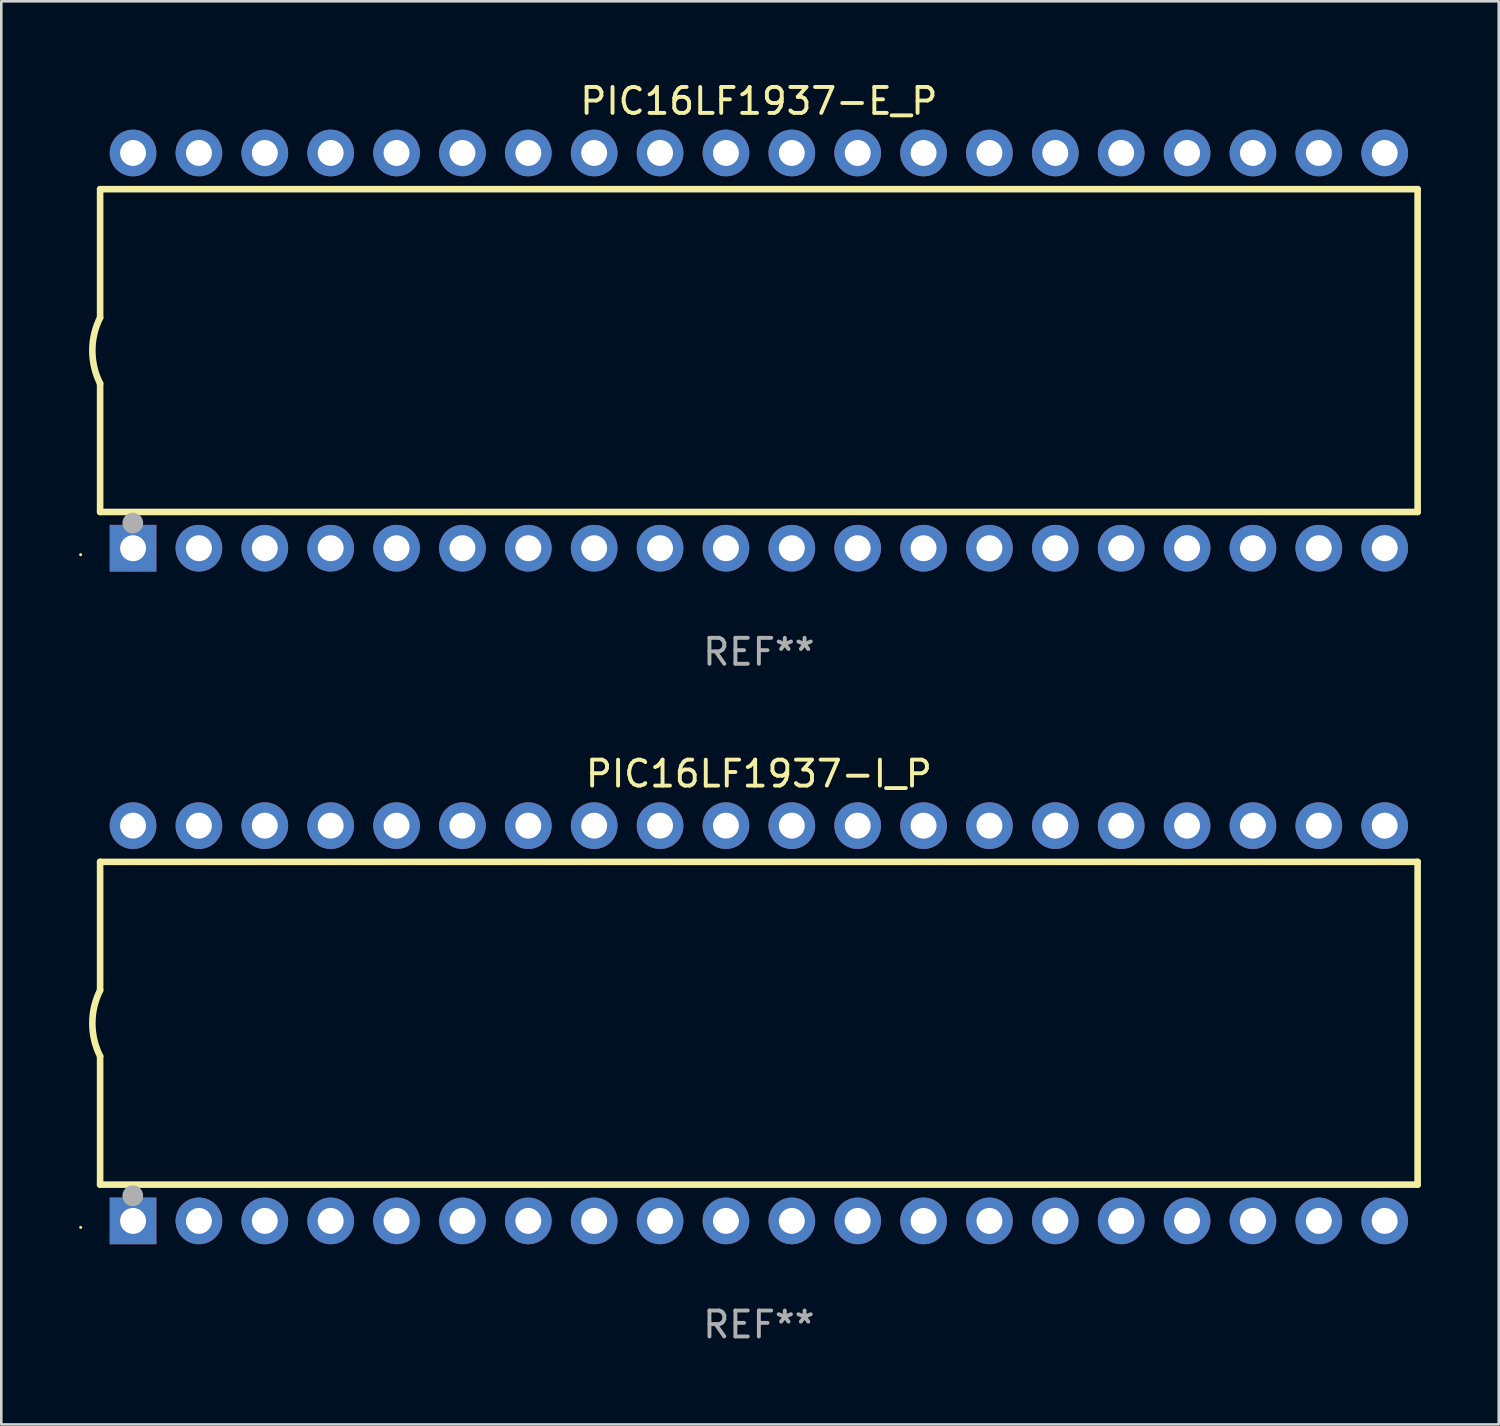
<source format=kicad_pcb>
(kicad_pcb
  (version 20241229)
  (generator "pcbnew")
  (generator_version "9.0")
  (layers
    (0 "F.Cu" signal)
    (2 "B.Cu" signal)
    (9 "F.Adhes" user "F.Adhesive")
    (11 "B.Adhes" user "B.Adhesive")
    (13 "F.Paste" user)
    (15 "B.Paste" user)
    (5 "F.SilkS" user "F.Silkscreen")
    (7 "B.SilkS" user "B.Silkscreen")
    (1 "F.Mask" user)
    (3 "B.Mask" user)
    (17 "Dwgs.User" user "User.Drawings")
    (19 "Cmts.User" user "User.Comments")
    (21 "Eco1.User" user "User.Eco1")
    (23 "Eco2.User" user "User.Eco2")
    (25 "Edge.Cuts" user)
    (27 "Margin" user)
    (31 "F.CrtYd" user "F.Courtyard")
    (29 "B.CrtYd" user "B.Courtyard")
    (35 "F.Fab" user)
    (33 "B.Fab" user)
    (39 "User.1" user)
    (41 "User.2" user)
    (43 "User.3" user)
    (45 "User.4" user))
  (footprint "PIC16LF1937-E_P"
    (layer "F.Cu")
    (at 26.21 10.468)
    (property "Reference" "PIC16LF1937-E_P" (at 0 -9.62 0) (layer "F.SilkS") (effects (font (size 1 1) (thickness 0.15))))
    (attr through_hole)
    (fp_line (start -25.4 -6.224) (end -25.4 -1.271) (stroke (width 0.254) (type solid)) (layer "F.SilkS"))
    (fp_line (start -25.4 -6.224) (end 25.4 -6.224) (stroke (width 0.254) (type solid)) (layer "F.SilkS"))
    (fp_line (start -25.4 1.269) (end -25.4 6.222) (stroke (width 0.254) (type solid)) (layer "F.SilkS"))
    (fp_line (start -25.4 6.222) (end 25.4 6.222) (stroke (width 0.254) (type solid)) (layer "F.SilkS"))
    (fp_line (start 25.4 6.222) (end 25.4 -6.224) (stroke (width 0.254) (type solid)) (layer "F.SilkS"))
    (fp_arc (start -25.4 1.269241) (mid -25.699807 -0.000762) (end -25.4 -1.270765) (stroke (width 0.254001) (type solid)) (layer "F.SilkS"))
    (fp_circle (center -26.15 7.87) (end -26.12 7.87) (stroke (width 0.06) (type solid)) (fill no) (layer "F.SilkS"))
    (fp_circle (center -24.14 6.65) (end -23.94 6.65) (stroke (width 0.4) (type solid)) (fill no) (layer "F.Fab"))
    (fp_text user "REF**" (at 0 11.62 0) (layer "F.Fab") (effects (font (size 1 1) (thickness 0.15))))
    (pad "1" thru_hole rect (at -24.13 7.62 90) (size 1.8 1.8) (drill 1) (layers "*.Cu" "*.Mask"))
    (pad "2" thru_hole circle (at -21.59 7.62) (size 1.8 1.8) (drill 1) (layers "*.Cu" "*.Mask"))
    (pad "3" thru_hole circle (at -19.05 7.62) (size 1.8 1.8) (drill 1) (layers "*.Cu" "*.Mask"))
    (pad "4" thru_hole circle (at -16.51 7.62) (size 1.8 1.8) (drill 1) (layers "*.Cu" "*.Mask"))
    (pad "5" thru_hole circle (at -13.97 7.62) (size 1.8 1.8) (drill 1) (layers "*.Cu" "*.Mask"))
    (pad "6" thru_hole circle (at -11.43 7.62) (size 1.8 1.8) (drill 1) (layers "*.Cu" "*.Mask"))
    (pad "7" thru_hole circle (at -8.89 7.62) (size 1.8 1.8) (drill 1) (layers "*.Cu" "*.Mask"))
    (pad "8" thru_hole circle (at -6.35 7.62) (size 1.8 1.8) (drill 1) (layers "*.Cu" "*.Mask"))
    (pad "9" thru_hole circle (at -3.81 7.62) (size 1.8 1.8) (drill 1) (layers "*.Cu" "*.Mask"))
    (pad "10" thru_hole circle (at -1.27 7.62) (size 1.8 1.8) (drill 1) (layers "*.Cu" "*.Mask"))
    (pad "11" thru_hole circle (at 1.27 7.62) (size 1.8 1.8) (drill 1) (layers "*.Cu" "*.Mask"))
    (pad "12" thru_hole circle (at 3.81 7.62) (size 1.8 1.8) (drill 1) (layers "*.Cu" "*.Mask"))
    (pad "13" thru_hole circle (at 6.35 7.62) (size 1.8 1.8) (drill 1) (layers "*.Cu" "*.Mask"))
    (pad "14" thru_hole circle (at 8.89 7.62) (size 1.8 1.8) (drill 1) (layers "*.Cu" "*.Mask"))
    (pad "15" thru_hole circle (at 11.43 7.62) (size 1.8 1.8) (drill 1) (layers "*.Cu" "*.Mask"))
    (pad "16" thru_hole circle (at 13.97 7.62) (size 1.8 1.8) (drill 1) (layers "*.Cu" "*.Mask"))
    (pad "17" thru_hole circle (at 16.51 7.62) (size 1.8 1.8) (drill 1) (layers "*.Cu" "*.Mask"))
    (pad "18" thru_hole circle (at 19.05 7.62) (size 1.8 1.8) (drill 1) (layers "*.Cu" "*.Mask"))
    (pad "19" thru_hole circle (at 21.59 7.62) (size 1.8 1.8) (drill 1) (layers "*.Cu" "*.Mask"))
    (pad "20" thru_hole circle (at 24.13 7.62) (size 1.8 1.8) (drill 1) (layers "*.Cu" "*.Mask"))
    (pad "21" thru_hole circle (at 24.13 -7.62) (size 1.8 1.8) (drill 1) (layers "*.Cu" "*.Mask"))
    (pad "22" thru_hole circle (at 21.59 -7.62) (size 1.8 1.8) (drill 1) (layers "*.Cu" "*.Mask"))
    (pad "23" thru_hole circle (at 19.05 -7.62) (size 1.8 1.8) (drill 1) (layers "*.Cu" "*.Mask"))
    (pad "24" thru_hole circle (at 16.51 -7.62) (size 1.8 1.8) (drill 1) (layers "*.Cu" "*.Mask"))
    (pad "25" thru_hole circle (at 13.97 -7.62) (size 1.8 1.8) (drill 1) (layers "*.Cu" "*.Mask"))
    (pad "26" thru_hole circle (at 11.43 -7.62) (size 1.8 1.8) (drill 1) (layers "*.Cu" "*.Mask"))
    (pad "27" thru_hole circle (at 8.89 -7.62) (size 1.8 1.8) (drill 1) (layers "*.Cu" "*.Mask"))
    (pad "28" thru_hole circle (at 6.35 -7.62) (size 1.8 1.8) (drill 1) (layers "*.Cu" "*.Mask"))
    (pad "29" thru_hole circle (at 3.81 -7.62) (size 1.8 1.8) (drill 1) (layers "*.Cu" "*.Mask"))
    (pad "30" thru_hole circle (at 1.27 -7.62) (size 1.8 1.8) (drill 1) (layers "*.Cu" "*.Mask"))
    (pad "31" thru_hole circle (at -1.27 -7.62) (size 1.8 1.8) (drill 1) (layers "*.Cu" "*.Mask"))
    (pad "32" thru_hole circle (at -3.81 -7.62) (size 1.8 1.8) (drill 1) (layers "*.Cu" "*.Mask"))
    (pad "33" thru_hole circle (at -6.35 -7.62) (size 1.8 1.8) (drill 1) (layers "*.Cu" "*.Mask"))
    (pad "34" thru_hole circle (at -8.89 -7.62) (size 1.8 1.8) (drill 1) (layers "*.Cu" "*.Mask"))
    (pad "35" thru_hole circle (at -11.43 -7.62) (size 1.8 1.8) (drill 1) (layers "*.Cu" "*.Mask"))
    (pad "36" thru_hole circle (at -13.97 -7.62) (size 1.8 1.8) (drill 1) (layers "*.Cu" "*.Mask"))
    (pad "37" thru_hole circle (at -16.51 -7.62) (size 1.8 1.8) (drill 1) (layers "*.Cu" "*.Mask"))
    (pad "38" thru_hole circle (at -19.05 -7.62) (size 1.8 1.8) (drill 1) (layers "*.Cu" "*.Mask"))
    (pad "39" thru_hole circle (at -21.59 -7.62) (size 1.8 1.8) (drill 1) (layers "*.Cu" "*.Mask"))
    (pad "40" thru_hole circle (at -24.13 -7.62) (size 1.8 1.8) (drill 1) (layers "*.Cu" "*.Mask")))
  (footprint "PIC16LF1937-I_P"
    (layer "F.Cu")
    (at 26.21 36.405)
    (property "Reference" "PIC16LF1937-I_P" (at 0 -9.62 0) (layer "F.SilkS") (effects (font (size 1 1) (thickness 0.15))))
    (attr through_hole)
    (fp_line (start -25.4 -6.224) (end -25.4 -1.271) (stroke (width 0.254) (type solid)) (layer "F.SilkS"))
    (fp_line (start -25.4 -6.224) (end 25.4 -6.224) (stroke (width 0.254) (type solid)) (layer "F.SilkS"))
    (fp_line (start -25.4 1.269) (end -25.4 6.222) (stroke (width 0.254) (type solid)) (layer "F.SilkS"))
    (fp_line (start -25.4 6.222) (end 25.4 6.222) (stroke (width 0.254) (type solid)) (layer "F.SilkS"))
    (fp_line (start 25.4 6.222) (end 25.4 -6.224) (stroke (width 0.254) (type solid)) (layer "F.SilkS"))
    (fp_arc (start -25.4 1.269241) (mid -25.699807 -0.000762) (end -25.4 -1.270765) (stroke (width 0.254001) (type solid)) (layer "F.SilkS"))
    (fp_circle (center -26.15 7.87) (end -26.12 7.87) (stroke (width 0.06) (type solid)) (fill no) (layer "F.SilkS"))
    (fp_circle (center -24.14 6.65) (end -23.94 6.65) (stroke (width 0.4) (type solid)) (fill no) (layer "F.Fab"))
    (fp_text user "REF**" (at 0 11.62 0) (layer "F.Fab") (effects (font (size 1 1) (thickness 0.15))))
    (pad "1" thru_hole rect (at -24.13 7.62 90) (size 1.8 1.8) (drill 1) (layers "*.Cu" "*.Mask"))
    (pad "2" thru_hole circle (at -21.59 7.62) (size 1.8 1.8) (drill 1) (layers "*.Cu" "*.Mask"))
    (pad "3" thru_hole circle (at -19.05 7.62) (size 1.8 1.8) (drill 1) (layers "*.Cu" "*.Mask"))
    (pad "4" thru_hole circle (at -16.51 7.62) (size 1.8 1.8) (drill 1) (layers "*.Cu" "*.Mask"))
    (pad "5" thru_hole circle (at -13.97 7.62) (size 1.8 1.8) (drill 1) (layers "*.Cu" "*.Mask"))
    (pad "6" thru_hole circle (at -11.43 7.62) (size 1.8 1.8) (drill 1) (layers "*.Cu" "*.Mask"))
    (pad "7" thru_hole circle (at -8.89 7.62) (size 1.8 1.8) (drill 1) (layers "*.Cu" "*.Mask"))
    (pad "8" thru_hole circle (at -6.35 7.62) (size 1.8 1.8) (drill 1) (layers "*.Cu" "*.Mask"))
    (pad "9" thru_hole circle (at -3.81 7.62) (size 1.8 1.8) (drill 1) (layers "*.Cu" "*.Mask"))
    (pad "10" thru_hole circle (at -1.27 7.62) (size 1.8 1.8) (drill 1) (layers "*.Cu" "*.Mask"))
    (pad "11" thru_hole circle (at 1.27 7.62) (size 1.8 1.8) (drill 1) (layers "*.Cu" "*.Mask"))
    (pad "12" thru_hole circle (at 3.81 7.62) (size 1.8 1.8) (drill 1) (layers "*.Cu" "*.Mask"))
    (pad "13" thru_hole circle (at 6.35 7.62) (size 1.8 1.8) (drill 1) (layers "*.Cu" "*.Mask"))
    (pad "14" thru_hole circle (at 8.89 7.62) (size 1.8 1.8) (drill 1) (layers "*.Cu" "*.Mask"))
    (pad "15" thru_hole circle (at 11.43 7.62) (size 1.8 1.8) (drill 1) (layers "*.Cu" "*.Mask"))
    (pad "16" thru_hole circle (at 13.97 7.62) (size 1.8 1.8) (drill 1) (layers "*.Cu" "*.Mask"))
    (pad "17" thru_hole circle (at 16.51 7.62) (size 1.8 1.8) (drill 1) (layers "*.Cu" "*.Mask"))
    (pad "18" thru_hole circle (at 19.05 7.62) (size 1.8 1.8) (drill 1) (layers "*.Cu" "*.Mask"))
    (pad "19" thru_hole circle (at 21.59 7.62) (size 1.8 1.8) (drill 1) (layers "*.Cu" "*.Mask"))
    (pad "20" thru_hole circle (at 24.13 7.62) (size 1.8 1.8) (drill 1) (layers "*.Cu" "*.Mask"))
    (pad "21" thru_hole circle (at 24.13 -7.62) (size 1.8 1.8) (drill 1) (layers "*.Cu" "*.Mask"))
    (pad "22" thru_hole circle (at 21.59 -7.62) (size 1.8 1.8) (drill 1) (layers "*.Cu" "*.Mask"))
    (pad "23" thru_hole circle (at 19.05 -7.62) (size 1.8 1.8) (drill 1) (layers "*.Cu" "*.Mask"))
    (pad "24" thru_hole circle (at 16.51 -7.62) (size 1.8 1.8) (drill 1) (layers "*.Cu" "*.Mask"))
    (pad "25" thru_hole circle (at 13.97 -7.62) (size 1.8 1.8) (drill 1) (layers "*.Cu" "*.Mask"))
    (pad "26" thru_hole circle (at 11.43 -7.62) (size 1.8 1.8) (drill 1) (layers "*.Cu" "*.Mask"))
    (pad "27" thru_hole circle (at 8.89 -7.62) (size 1.8 1.8) (drill 1) (layers "*.Cu" "*.Mask"))
    (pad "28" thru_hole circle (at 6.35 -7.62) (size 1.8 1.8) (drill 1) (layers "*.Cu" "*.Mask"))
    (pad "29" thru_hole circle (at 3.81 -7.62) (size 1.8 1.8) (drill 1) (layers "*.Cu" "*.Mask"))
    (pad "30" thru_hole circle (at 1.27 -7.62) (size 1.8 1.8) (drill 1) (layers "*.Cu" "*.Mask"))
    (pad "31" thru_hole circle (at -1.27 -7.62) (size 1.8 1.8) (drill 1) (layers "*.Cu" "*.Mask"))
    (pad "32" thru_hole circle (at -3.81 -7.62) (size 1.8 1.8) (drill 1) (layers "*.Cu" "*.Mask"))
    (pad "33" thru_hole circle (at -6.35 -7.62) (size 1.8 1.8) (drill 1) (layers "*.Cu" "*.Mask"))
    (pad "34" thru_hole circle (at -8.89 -7.62) (size 1.8 1.8) (drill 1) (layers "*.Cu" "*.Mask"))
    (pad "35" thru_hole circle (at -11.43 -7.62) (size 1.8 1.8) (drill 1) (layers "*.Cu" "*.Mask"))
    (pad "36" thru_hole circle (at -13.97 -7.62) (size 1.8 1.8) (drill 1) (layers "*.Cu" "*.Mask"))
    (pad "37" thru_hole circle (at -16.51 -7.62) (size 1.8 1.8) (drill 1) (layers "*.Cu" "*.Mask"))
    (pad "38" thru_hole circle (at -19.05 -7.62) (size 1.8 1.8) (drill 1) (layers "*.Cu" "*.Mask"))
    (pad "39" thru_hole circle (at -21.59 -7.62) (size 1.8 1.8) (drill 1) (layers "*.Cu" "*.Mask"))
    (pad "40" thru_hole circle (at -24.13 -7.62) (size 1.8 1.8) (drill 1) (layers "*.Cu" "*.Mask")))
  (gr_rect
    (start -3 -3)
    (end 54.737 51.873)
    (stroke (width 0.1) (type default))
    (fill no)
    (layer "Edge.Cuts")))
</source>
